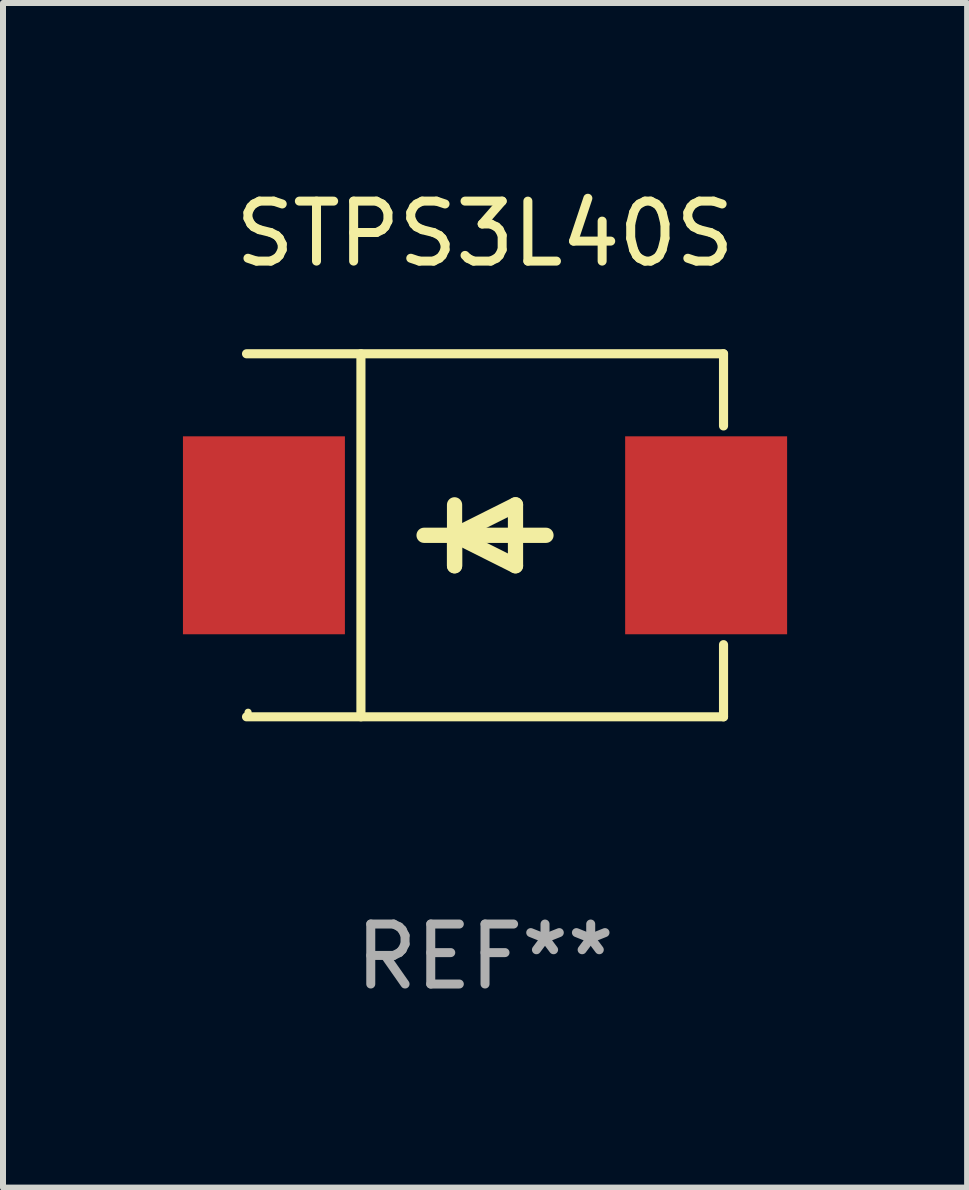
<source format=kicad_pcb>
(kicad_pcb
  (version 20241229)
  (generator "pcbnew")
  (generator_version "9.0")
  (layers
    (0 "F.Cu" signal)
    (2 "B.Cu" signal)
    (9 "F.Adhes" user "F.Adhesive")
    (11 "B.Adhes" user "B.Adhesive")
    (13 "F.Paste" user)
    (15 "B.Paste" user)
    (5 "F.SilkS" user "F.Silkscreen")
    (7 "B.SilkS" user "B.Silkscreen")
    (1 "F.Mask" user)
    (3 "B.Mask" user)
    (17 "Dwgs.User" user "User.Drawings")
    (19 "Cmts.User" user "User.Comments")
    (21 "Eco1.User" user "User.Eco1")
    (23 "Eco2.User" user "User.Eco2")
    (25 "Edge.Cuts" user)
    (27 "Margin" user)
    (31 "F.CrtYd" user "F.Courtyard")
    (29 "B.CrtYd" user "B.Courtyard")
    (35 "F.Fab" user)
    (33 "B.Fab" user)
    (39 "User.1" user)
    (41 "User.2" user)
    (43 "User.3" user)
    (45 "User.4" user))
  (footprint "STPS3L40S"
    (layer "F.Cu")
    (at 5.036 5.874)
    (property "Reference" "STPS3L40S" (at 0 -5.026 0) (layer "F.SilkS") (effects (font (size 1 1) (thickness 0.15))))
    (attr through_hole)
    (fp_line (start -3.976 -3.026) (end 3.976 -3.026) (stroke (width 0.152) (type solid)) (layer "F.SilkS"))
    (fp_line (start -3.976 3.026) (end 3.976 3.026) (stroke (width 0.152) (type solid)) (layer "F.SilkS"))
    (fp_line (start -2.069 -3.026) (end -2.069 3.026) (stroke (width 0.152) (type solid)) (layer "F.SilkS"))
    (fp_line (start -0.508 0) (end -0.508 0.508) (stroke (width 0.254) (type solid)) (layer "F.SilkS"))
    (fp_line (start -0.508 0) (end 0.508 0.508) (stroke (width 0.254) (type solid)) (layer "F.SilkS"))
    (fp_line (start -0.508 0.508) (end -0.508 -0.508) (stroke (width 0.254) (type solid)) (layer "F.SilkS"))
    (fp_line (start 0.508 -0.508) (end -0.508 0) (stroke (width 0.254) (type solid)) (layer "F.SilkS"))
    (fp_line (start 0.508 0.508) (end 0.508 -0.508) (stroke (width 0.254) (type solid)) (layer "F.SilkS"))
    (fp_line (start 1.016 0) (end -1.016 0) (stroke (width 0.254) (type solid)) (layer "F.SilkS"))
    (fp_line (start 3.976 -3.026) (end 3.976 -1.823) (stroke (width 0.152) (type solid)) (layer "F.SilkS"))
    (fp_line (start 3.976 3.026) (end 3.976 1.823) (stroke (width 0.152) (type solid)) (layer "F.SilkS"))
    (fp_circle (center -3.95 2.95) (end -3.92 2.95) (stroke (width 0.06) (type solid)) (fill no) (layer "F.SilkS"))
    (fp_text user "REF**" (at 0 7.026 0) (layer "F.Fab") (effects (font (size 1 1) (thickness 0.15))))
    (pad "1" smd rect (at -3.686 0) (size 2.7 3.3) (layers "F.Cu" "F.Mask" "F.Paste"))
    (pad "2" smd rect (at 3.686 0) (size 2.7 3.3) (layers "F.Cu" "F.Mask" "F.Paste")))
  (gr_rect
    (start -3 -3)
    (end 13.073 16.749)
    (stroke (width 0.1) (type default))
    (fill no)
    (layer "Edge.Cuts")))
</source>
